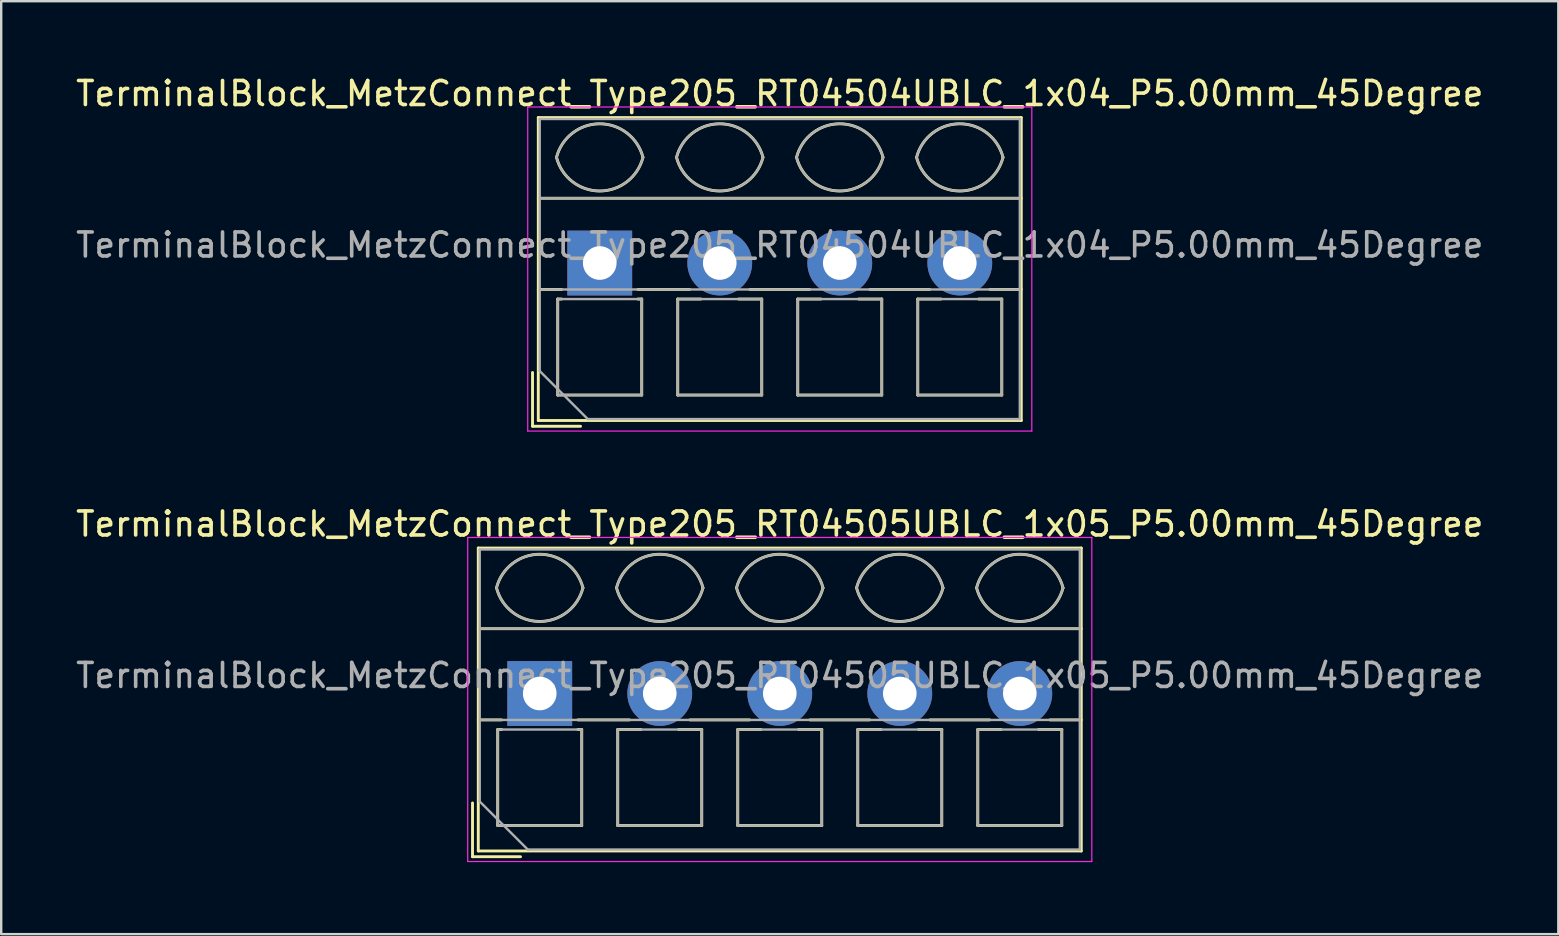
<source format=kicad_pcb>
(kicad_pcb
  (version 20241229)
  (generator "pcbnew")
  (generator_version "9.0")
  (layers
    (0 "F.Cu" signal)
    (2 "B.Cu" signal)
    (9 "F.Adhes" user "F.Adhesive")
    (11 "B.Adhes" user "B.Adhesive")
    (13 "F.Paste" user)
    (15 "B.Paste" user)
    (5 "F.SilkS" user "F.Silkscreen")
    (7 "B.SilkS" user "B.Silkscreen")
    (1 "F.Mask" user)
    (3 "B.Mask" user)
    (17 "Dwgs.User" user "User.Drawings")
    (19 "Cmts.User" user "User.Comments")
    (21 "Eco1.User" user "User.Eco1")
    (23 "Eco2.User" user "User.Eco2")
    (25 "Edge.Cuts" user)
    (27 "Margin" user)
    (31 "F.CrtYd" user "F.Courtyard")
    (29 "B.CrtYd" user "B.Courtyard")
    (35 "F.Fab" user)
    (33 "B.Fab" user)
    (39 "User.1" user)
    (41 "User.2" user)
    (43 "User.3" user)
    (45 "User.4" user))
  (footprint "TerminalBlock_MetzConnect_Type205_RT04505UBLC_1x05_P5.00mm_45Degree"
    (layer "F.Cu")
    (at 19.435 25.841)
    (property "Reference" "TerminalBlock_MetzConnect_Type205_RT04505UBLC_1x05_P5.00mm_45Degree" (at 10 -7.06 0) (layer "F.SilkS") (effects (font (size 1 1) (thickness 0.15))))
    (attr through_hole)
    (fp_line (start -2.8 4.56) (end -2.8 6.8) (stroke (width 0.12) (type solid)) (layer "F.SilkS"))
    (fp_line (start -2.8 6.8) (end -0.8 6.8) (stroke (width 0.12) (type solid)) (layer "F.SilkS"))
    (fp_line (start -2.56 -6.06) (end -2.56 6.56) (stroke (width 0.12) (type solid)) (layer "F.SilkS"))
    (fp_line (start -2.56 -6.06) (end 22.56 -6.06) (stroke (width 0.12) (type solid)) (layer "F.SilkS"))
    (fp_line (start -2.56 -2.7) (end 22.56 -2.7) (stroke (width 0.12) (type solid)) (layer "F.SilkS"))
    (fp_line (start -2.56 1.1) (end -1.59 1.1) (stroke (width 0.12) (type solid)) (layer "F.SilkS"))
    (fp_line (start -2.56 6.56) (end 22.56 6.56) (stroke (width 0.12) (type solid)) (layer "F.SilkS"))
    (fp_line (start -1.75 1.5) (end -1.75 5.5) (stroke (width 0.12) (type solid)) (layer "F.SilkS"))
    (fp_line (start -1.75 1.5) (end -1.59 1.5) (stroke (width 0.12) (type solid)) (layer "F.SilkS"))
    (fp_line (start -1.75 5.5) (end 1.75 5.5) (stroke (width 0.12) (type solid)) (layer "F.SilkS"))
    (fp_line (start 1.59 1.1) (end 3.744 1.1) (stroke (width 0.12) (type solid)) (layer "F.SilkS"))
    (fp_line (start 1.59 1.5) (end 1.75 1.5) (stroke (width 0.12) (type solid)) (layer "F.SilkS"))
    (fp_line (start 1.75 1.5) (end 1.75 5.5) (stroke (width 0.12) (type solid)) (layer "F.SilkS"))
    (fp_line (start 3.25 1.5) (end 3.25 5.5) (stroke (width 0.12) (type solid)) (layer "F.SilkS"))
    (fp_line (start 3.25 1.5) (end 4.216 1.5) (stroke (width 0.12) (type solid)) (layer "F.SilkS"))
    (fp_line (start 3.25 5.5) (end 6.75 5.5) (stroke (width 0.12) (type solid)) (layer "F.SilkS"))
    (fp_line (start 5.785 1.5) (end 6.75 1.5) (stroke (width 0.12) (type solid)) (layer "F.SilkS"))
    (fp_line (start 6.257 1.1) (end 8.744 1.1) (stroke (width 0.12) (type solid)) (layer "F.SilkS"))
    (fp_line (start 6.75 1.5) (end 6.75 5.5) (stroke (width 0.12) (type solid)) (layer "F.SilkS"))
    (fp_line (start 8.25 1.5) (end 8.25 5.5) (stroke (width 0.12) (type solid)) (layer "F.SilkS"))
    (fp_line (start 8.25 1.5) (end 9.216 1.5) (stroke (width 0.12) (type solid)) (layer "F.SilkS"))
    (fp_line (start 8.25 5.5) (end 11.75 5.5) (stroke (width 0.12) (type solid)) (layer "F.SilkS"))
    (fp_line (start 10.785 1.5) (end 11.75 1.5) (stroke (width 0.12) (type solid)) (layer "F.SilkS"))
    (fp_line (start 11.257 1.1) (end 13.744 1.1) (stroke (width 0.12) (type solid)) (layer "F.SilkS"))
    (fp_line (start 11.75 1.5) (end 11.75 5.5) (stroke (width 0.12) (type solid)) (layer "F.SilkS"))
    (fp_line (start 13.25 1.5) (end 13.25 5.5) (stroke (width 0.12) (type solid)) (layer "F.SilkS"))
    (fp_line (start 13.25 1.5) (end 14.216 1.5) (stroke (width 0.12) (type solid)) (layer "F.SilkS"))
    (fp_line (start 13.25 5.5) (end 16.75 5.5) (stroke (width 0.12) (type solid)) (layer "F.SilkS"))
    (fp_line (start 15.785 1.5) (end 16.75 1.5) (stroke (width 0.12) (type solid)) (layer "F.SilkS"))
    (fp_line (start 16.257 1.1) (end 18.744 1.1) (stroke (width 0.12) (type solid)) (layer "F.SilkS"))
    (fp_line (start 16.75 1.5) (end 16.75 5.5) (stroke (width 0.12) (type solid)) (layer "F.SilkS"))
    (fp_line (start 18.25 1.5) (end 18.25 5.5) (stroke (width 0.12) (type solid)) (layer "F.SilkS"))
    (fp_line (start 18.25 1.5) (end 19.216 1.5) (stroke (width 0.12) (type solid)) (layer "F.SilkS"))
    (fp_line (start 18.25 5.5) (end 21.75 5.5) (stroke (width 0.12) (type solid)) (layer "F.SilkS"))
    (fp_line (start 20.785 1.5) (end 21.75 1.5) (stroke (width 0.12) (type solid)) (layer "F.SilkS"))
    (fp_line (start 21.257 1.1) (end 22.56 1.1) (stroke (width 0.12) (type solid)) (layer "F.SilkS"))
    (fp_line (start 21.75 1.5) (end 21.75 5.5) (stroke (width 0.12) (type solid)) (layer "F.SilkS"))
    (fp_line (start 22.56 -6.06) (end 22.56 6.56) (stroke (width 0.12) (type solid)) (layer "F.SilkS"))
    (fp_arc (start -1.800846 -4.400605) (mid 0.000312 -5.801077) (end 1.801 -4.4) (stroke (width 0.12) (type solid)) (layer "F.SilkS"))
    (fp_arc (start 1.8 -4.4) (mid -0.000903 -3.000646) (end -1.800445 -4.401751) (stroke (width 0.12) (type solid)) (layer "F.SilkS"))
    (fp_arc (start 3.199154 -4.400605) (mid 5.000312 -5.801077) (end 6.801 -4.4) (stroke (width 0.12) (type solid)) (layer "F.SilkS"))
    (fp_arc (start 6.8 -4.4) (mid 4.999097 -3.000646) (end 3.199555 -4.401751) (stroke (width 0.12) (type solid)) (layer "F.SilkS"))
    (fp_arc (start 8.199154 -4.400605) (mid 10.000312 -5.801077) (end 11.801 -4.4) (stroke (width 0.12) (type solid)) (layer "F.SilkS"))
    (fp_arc (start 11.8 -4.4) (mid 9.999097 -3.000646) (end 8.199555 -4.401751) (stroke (width 0.12) (type solid)) (layer "F.SilkS"))
    (fp_arc (start 13.199154 -4.400605) (mid 15.000312 -5.801077) (end 16.801 -4.4) (stroke (width 0.12) (type solid)) (layer "F.SilkS"))
    (fp_arc (start 16.8 -4.4) (mid 14.999097 -3.000646) (end 13.199555 -4.401751) (stroke (width 0.12) (type solid)) (layer "F.SilkS"))
    (fp_arc (start 18.199154 -4.400605) (mid 20.000312 -5.801077) (end 21.801 -4.4) (stroke (width 0.12) (type solid)) (layer "F.SilkS"))
    (fp_arc (start 21.8 -4.4) (mid 19.999097 -3.000646) (end 18.199555 -4.401751) (stroke (width 0.12) (type solid)) (layer "F.SilkS"))
    (fp_line (start -3 -6.5) (end -3 7) (stroke (width 0.05) (type solid)) (layer "F.CrtYd"))
    (fp_line (start -3 7) (end 23 7) (stroke (width 0.05) (type solid)) (layer "F.CrtYd"))
    (fp_line (start 23 -6.5) (end -3 -6.5) (stroke (width 0.05) (type solid)) (layer "F.CrtYd"))
    (fp_line (start 23 7) (end 23 -6.5) (stroke (width 0.05) (type solid)) (layer "F.CrtYd"))
    (fp_line (start -2.5 -6) (end 22.5 -6) (stroke (width 0.1) (type solid)) (layer "F.Fab"))
    (fp_line (start -2.5 -2.7) (end 22.5 -2.7) (stroke (width 0.1) (type solid)) (layer "F.Fab"))
    (fp_line (start -2.5 1.1) (end 22.5 1.1) (stroke (width 0.1) (type solid)) (layer "F.Fab"))
    (fp_line (start -2.5 4.5) (end -2.5 -6) (stroke (width 0.1) (type solid)) (layer "F.Fab"))
    (fp_line (start -1.75 1.5) (end -1.75 5.5) (stroke (width 0.1) (type solid)) (layer "F.Fab"))
    (fp_line (start -1.75 5.5) (end 1.75 5.5) (stroke (width 0.1) (type solid)) (layer "F.Fab"))
    (fp_line (start -0.5 6.5) (end -2.5 4.5) (stroke (width 0.1) (type solid)) (layer "F.Fab"))
    (fp_line (start 1.75 1.5) (end -1.75 1.5) (stroke (width 0.1) (type solid)) (layer "F.Fab"))
    (fp_line (start 1.75 5.5) (end 1.75 1.5) (stroke (width 0.1) (type solid)) (layer "F.Fab"))
    (fp_line (start 3.25 1.5) (end 3.25 5.5) (stroke (width 0.1) (type solid)) (layer "F.Fab"))
    (fp_line (start 3.25 5.5) (end 6.75 5.5) (stroke (width 0.1) (type solid)) (layer "F.Fab"))
    (fp_line (start 6.75 1.5) (end 3.25 1.5) (stroke (width 0.1) (type solid)) (layer "F.Fab"))
    (fp_line (start 6.75 5.5) (end 6.75 1.5) (stroke (width 0.1) (type solid)) (layer "F.Fab"))
    (fp_line (start 8.25 1.5) (end 8.25 5.5) (stroke (width 0.1) (type solid)) (layer "F.Fab"))
    (fp_line (start 8.25 5.5) (end 11.75 5.5) (stroke (width 0.1) (type solid)) (layer "F.Fab"))
    (fp_line (start 11.75 1.5) (end 8.25 1.5) (stroke (width 0.1) (type solid)) (layer "F.Fab"))
    (fp_line (start 11.75 5.5) (end 11.75 1.5) (stroke (width 0.1) (type solid)) (layer "F.Fab"))
    (fp_line (start 13.25 1.5) (end 13.25 5.5) (stroke (width 0.1) (type solid)) (layer "F.Fab"))
    (fp_line (start 13.25 5.5) (end 16.75 5.5) (stroke (width 0.1) (type solid)) (layer "F.Fab"))
    (fp_line (start 16.75 1.5) (end 13.25 1.5) (stroke (width 0.1) (type solid)) (layer "F.Fab"))
    (fp_line (start 16.75 5.5) (end 16.75 1.5) (stroke (width 0.1) (type solid)) (layer "F.Fab"))
    (fp_line (start 18.25 1.5) (end 18.25 5.5) (stroke (width 0.1) (type solid)) (layer "F.Fab"))
    (fp_line (start 18.25 5.5) (end 21.75 5.5) (stroke (width 0.1) (type solid)) (layer "F.Fab"))
    (fp_line (start 21.75 1.5) (end 18.25 1.5) (stroke (width 0.1) (type solid)) (layer "F.Fab"))
    (fp_line (start 21.75 5.5) (end 21.75 1.5) (stroke (width 0.1) (type solid)) (layer "F.Fab"))
    (fp_line (start 22.5 -6) (end 22.5 6.5) (stroke (width 0.1) (type solid)) (layer "F.Fab"))
    (fp_line (start 22.5 6.5) (end -0.5 6.5) (stroke (width 0.1) (type solid)) (layer "F.Fab"))
    (fp_arc (start -1.800846 -4.400605) (mid 0.000312 -5.801077) (end 1.801 -4.4) (stroke (width 0.1) (type solid)) (layer "F.Fab"))
    (fp_arc (start 1.8 -4.4) (mid -0.000903 -3.000646) (end -1.800445 -4.401751) (stroke (width 0.1) (type solid)) (layer "F.Fab"))
    (fp_arc (start 3.199154 -4.400605) (mid 5.000312 -5.801077) (end 6.801 -4.4) (stroke (width 0.1) (type solid)) (layer "F.Fab"))
    (fp_arc (start 6.8 -4.4) (mid 4.999097 -3.000646) (end 3.199555 -4.401751) (stroke (width 0.1) (type solid)) (layer "F.Fab"))
    (fp_arc (start 8.199154 -4.400605) (mid 10.000312 -5.801077) (end 11.801 -4.4) (stroke (width 0.1) (type solid)) (layer "F.Fab"))
    (fp_arc (start 11.8 -4.4) (mid 9.999097 -3.000646) (end 8.199555 -4.401751) (stroke (width 0.1) (type solid)) (layer "F.Fab"))
    (fp_arc (start 13.199154 -4.400605) (mid 15.000312 -5.801077) (end 16.801 -4.4) (stroke (width 0.1) (type solid)) (layer "F.Fab"))
    (fp_arc (start 16.8 -4.4) (mid 14.999097 -3.000646) (end 13.199555 -4.401751) (stroke (width 0.1) (type solid)) (layer "F.Fab"))
    (fp_arc (start 18.199154 -4.400605) (mid 20.000312 -5.801077) (end 21.801 -4.4) (stroke (width 0.1) (type solid)) (layer "F.Fab"))
    (fp_arc (start 21.8 -4.4) (mid 19.999097 -3.000646) (end 18.199555 -4.401751) (stroke (width 0.1) (type solid)) (layer "F.Fab"))
    (fp_text user "${REFERENCE}" (at 10 -0.75 0) (layer "F.Fab") (effects (font (size 1 1) (thickness 0.15))))
    (pad "1" thru_hole rect (at 0 0) (size 2.7 2.7) (drill 1.4) (layers "*.Cu" "*.Mask"))
    (pad "2" thru_hole circle (at 5 0) (size 2.7 2.7) (drill 1.4) (layers "*.Cu" "*.Mask"))
    (pad "3" thru_hole circle (at 10 0) (size 2.7 2.7) (drill 1.4) (layers "*.Cu" "*.Mask"))
    (pad "4" thru_hole circle (at 15 0) (size 2.7 2.7) (drill 1.4) (layers "*.Cu" "*.Mask"))
    (pad "5" thru_hole circle (at 20 0) (size 2.7 2.7) (drill 1.4) (layers "*.Cu" "*.Mask")))
  (footprint "TerminalBlock_MetzConnect_Type205_RT04504UBLC_1x04_P5.00mm_45Degree"
    (layer "F.Cu")
    (at 21.935 7.908)
    (property "Reference" "TerminalBlock_MetzConnect_Type205_RT04504UBLC_1x04_P5.00mm_45Degree" (at 7.5 -7.06 0) (layer "F.SilkS") (effects (font (size 1 1) (thickness 0.15))))
    (attr through_hole)
    (fp_line (start -2.8 4.56) (end -2.8 6.8) (stroke (width 0.12) (type solid)) (layer "F.SilkS"))
    (fp_line (start -2.8 6.8) (end -0.8 6.8) (stroke (width 0.12) (type solid)) (layer "F.SilkS"))
    (fp_line (start -2.56 -6.06) (end -2.56 6.56) (stroke (width 0.12) (type solid)) (layer "F.SilkS"))
    (fp_line (start -2.56 -6.06) (end 17.561 -6.06) (stroke (width 0.12) (type solid)) (layer "F.SilkS"))
    (fp_line (start -2.56 -2.7) (end 17.561 -2.7) (stroke (width 0.12) (type solid)) (layer "F.SilkS"))
    (fp_line (start -2.56 1.1) (end -1.59 1.1) (stroke (width 0.12) (type solid)) (layer "F.SilkS"))
    (fp_line (start -2.56 6.56) (end 17.561 6.56) (stroke (width 0.12) (type solid)) (layer "F.SilkS"))
    (fp_line (start -1.75 1.5) (end -1.75 5.5) (stroke (width 0.12) (type solid)) (layer "F.SilkS"))
    (fp_line (start -1.75 1.5) (end -1.59 1.5) (stroke (width 0.12) (type solid)) (layer "F.SilkS"))
    (fp_line (start -1.75 5.5) (end 1.75 5.5) (stroke (width 0.12) (type solid)) (layer "F.SilkS"))
    (fp_line (start 1.59 1.1) (end 3.744 1.1) (stroke (width 0.12) (type solid)) (layer "F.SilkS"))
    (fp_line (start 1.59 1.5) (end 1.75 1.5) (stroke (width 0.12) (type solid)) (layer "F.SilkS"))
    (fp_line (start 1.75 1.5) (end 1.75 5.5) (stroke (width 0.12) (type solid)) (layer "F.SilkS"))
    (fp_line (start 3.25 1.5) (end 3.25 5.5) (stroke (width 0.12) (type solid)) (layer "F.SilkS"))
    (fp_line (start 3.25 1.5) (end 4.216 1.5) (stroke (width 0.12) (type solid)) (layer "F.SilkS"))
    (fp_line (start 3.25 5.5) (end 6.75 5.5) (stroke (width 0.12) (type solid)) (layer "F.SilkS"))
    (fp_line (start 5.785 1.5) (end 6.75 1.5) (stroke (width 0.12) (type solid)) (layer "F.SilkS"))
    (fp_line (start 6.257 1.1) (end 8.744 1.1) (stroke (width 0.12) (type solid)) (layer "F.SilkS"))
    (fp_line (start 6.75 1.5) (end 6.75 5.5) (stroke (width 0.12) (type solid)) (layer "F.SilkS"))
    (fp_line (start 8.25 1.5) (end 8.25 5.5) (stroke (width 0.12) (type solid)) (layer "F.SilkS"))
    (fp_line (start 8.25 1.5) (end 9.216 1.5) (stroke (width 0.12) (type solid)) (layer "F.SilkS"))
    (fp_line (start 8.25 5.5) (end 11.75 5.5) (stroke (width 0.12) (type solid)) (layer "F.SilkS"))
    (fp_line (start 10.785 1.5) (end 11.75 1.5) (stroke (width 0.12) (type solid)) (layer "F.SilkS"))
    (fp_line (start 11.257 1.1) (end 13.744 1.1) (stroke (width 0.12) (type solid)) (layer "F.SilkS"))
    (fp_line (start 11.75 1.5) (end 11.75 5.5) (stroke (width 0.12) (type solid)) (layer "F.SilkS"))
    (fp_line (start 13.25 1.5) (end 13.25 5.5) (stroke (width 0.12) (type solid)) (layer "F.SilkS"))
    (fp_line (start 13.25 1.5) (end 14.216 1.5) (stroke (width 0.12) (type solid)) (layer "F.SilkS"))
    (fp_line (start 13.25 5.5) (end 16.75 5.5) (stroke (width 0.12) (type solid)) (layer "F.SilkS"))
    (fp_line (start 15.785 1.5) (end 16.75 1.5) (stroke (width 0.12) (type solid)) (layer "F.SilkS"))
    (fp_line (start 16.257 1.1) (end 17.561 1.1) (stroke (width 0.12) (type solid)) (layer "F.SilkS"))
    (fp_line (start 16.75 1.5) (end 16.75 5.5) (stroke (width 0.12) (type solid)) (layer "F.SilkS"))
    (fp_line (start 17.561 -6.06) (end 17.561 6.56) (stroke (width 0.12) (type solid)) (layer "F.SilkS"))
    (fp_arc (start -1.800846 -4.400605) (mid 0.000312 -5.801077) (end 1.801 -4.4) (stroke (width 0.12) (type solid)) (layer "F.SilkS"))
    (fp_arc (start 1.8 -4.4) (mid -0.000903 -3.000646) (end -1.800445 -4.401751) (stroke (width 0.12) (type solid)) (layer "F.SilkS"))
    (fp_arc (start 3.199154 -4.400605) (mid 5.000312 -5.801077) (end 6.801 -4.4) (stroke (width 0.12) (type solid)) (layer "F.SilkS"))
    (fp_arc (start 6.8 -4.4) (mid 4.999097 -3.000646) (end 3.199555 -4.401751) (stroke (width 0.12) (type solid)) (layer "F.SilkS"))
    (fp_arc (start 8.199154 -4.400605) (mid 10.000312 -5.801077) (end 11.801 -4.4) (stroke (width 0.12) (type solid)) (layer "F.SilkS"))
    (fp_arc (start 11.8 -4.4) (mid 9.999097 -3.000646) (end 8.199555 -4.401751) (stroke (width 0.12) (type solid)) (layer "F.SilkS"))
    (fp_arc (start 13.199154 -4.400605) (mid 15.000312 -5.801077) (end 16.801 -4.4) (stroke (width 0.12) (type solid)) (layer "F.SilkS"))
    (fp_arc (start 16.8 -4.4) (mid 14.999097 -3.000646) (end 13.199555 -4.401751) (stroke (width 0.12) (type solid)) (layer "F.SilkS"))
    (fp_line (start -3 -6.5) (end -3 7) (stroke (width 0.05) (type solid)) (layer "F.CrtYd"))
    (fp_line (start -3 7) (end 18 7) (stroke (width 0.05) (type solid)) (layer "F.CrtYd"))
    (fp_line (start 18 -6.5) (end -3 -6.5) (stroke (width 0.05) (type solid)) (layer "F.CrtYd"))
    (fp_line (start 18 7) (end 18 -6.5) (stroke (width 0.05) (type solid)) (layer "F.CrtYd"))
    (fp_line (start -2.5 -6) (end 17.5 -6) (stroke (width 0.1) (type solid)) (layer "F.Fab"))
    (fp_line (start -2.5 -2.7) (end 17.5 -2.7) (stroke (width 0.1) (type solid)) (layer "F.Fab"))
    (fp_line (start -2.5 1.1) (end 17.5 1.1) (stroke (width 0.1) (type solid)) (layer "F.Fab"))
    (fp_line (start -2.5 4.5) (end -2.5 -6) (stroke (width 0.1) (type solid)) (layer "F.Fab"))
    (fp_line (start -1.75 1.5) (end -1.75 5.5) (stroke (width 0.1) (type solid)) (layer "F.Fab"))
    (fp_line (start -1.75 5.5) (end 1.75 5.5) (stroke (width 0.1) (type solid)) (layer "F.Fab"))
    (fp_line (start -0.5 6.5) (end -2.5 4.5) (stroke (width 0.1) (type solid)) (layer "F.Fab"))
    (fp_line (start 1.75 1.5) (end -1.75 1.5) (stroke (width 0.1) (type solid)) (layer "F.Fab"))
    (fp_line (start 1.75 5.5) (end 1.75 1.5) (stroke (width 0.1) (type solid)) (layer "F.Fab"))
    (fp_line (start 3.25 1.5) (end 3.25 5.5) (stroke (width 0.1) (type solid)) (layer "F.Fab"))
    (fp_line (start 3.25 5.5) (end 6.75 5.5) (stroke (width 0.1) (type solid)) (layer "F.Fab"))
    (fp_line (start 6.75 1.5) (end 3.25 1.5) (stroke (width 0.1) (type solid)) (layer "F.Fab"))
    (fp_line (start 6.75 5.5) (end 6.75 1.5) (stroke (width 0.1) (type solid)) (layer "F.Fab"))
    (fp_line (start 8.25 1.5) (end 8.25 5.5) (stroke (width 0.1) (type solid)) (layer "F.Fab"))
    (fp_line (start 8.25 5.5) (end 11.75 5.5) (stroke (width 0.1) (type solid)) (layer "F.Fab"))
    (fp_line (start 11.75 1.5) (end 8.25 1.5) (stroke (width 0.1) (type solid)) (layer "F.Fab"))
    (fp_line (start 11.75 5.5) (end 11.75 1.5) (stroke (width 0.1) (type solid)) (layer "F.Fab"))
    (fp_line (start 13.25 1.5) (end 13.25 5.5) (stroke (width 0.1) (type solid)) (layer "F.Fab"))
    (fp_line (start 13.25 5.5) (end 16.75 5.5) (stroke (width 0.1) (type solid)) (layer "F.Fab"))
    (fp_line (start 16.75 1.5) (end 13.25 1.5) (stroke (width 0.1) (type solid)) (layer "F.Fab"))
    (fp_line (start 16.75 5.5) (end 16.75 1.5) (stroke (width 0.1) (type solid)) (layer "F.Fab"))
    (fp_line (start 17.5 -6) (end 17.5 6.5) (stroke (width 0.1) (type solid)) (layer "F.Fab"))
    (fp_line (start 17.5 6.5) (end -0.5 6.5) (stroke (width 0.1) (type solid)) (layer "F.Fab"))
    (fp_arc (start -1.800846 -4.400605) (mid 0.000312 -5.801077) (end 1.801 -4.4) (stroke (width 0.1) (type solid)) (layer "F.Fab"))
    (fp_arc (start 1.8 -4.4) (mid -0.000903 -3.000646) (end -1.800445 -4.401751) (stroke (width 0.1) (type solid)) (layer "F.Fab"))
    (fp_arc (start 3.199154 -4.400605) (mid 5.000312 -5.801077) (end 6.801 -4.4) (stroke (width 0.1) (type solid)) (layer "F.Fab"))
    (fp_arc (start 6.8 -4.4) (mid 4.999097 -3.000646) (end 3.199555 -4.401751) (stroke (width 0.1) (type solid)) (layer "F.Fab"))
    (fp_arc (start 8.199154 -4.400605) (mid 10.000312 -5.801077) (end 11.801 -4.4) (stroke (width 0.1) (type solid)) (layer "F.Fab"))
    (fp_arc (start 11.8 -4.4) (mid 9.999097 -3.000646) (end 8.199555 -4.401751) (stroke (width 0.1) (type solid)) (layer "F.Fab"))
    (fp_arc (start 13.199154 -4.400605) (mid 15.000312 -5.801077) (end 16.801 -4.4) (stroke (width 0.1) (type solid)) (layer "F.Fab"))
    (fp_arc (start 16.8 -4.4) (mid 14.999097 -3.000646) (end 13.199555 -4.401751) (stroke (width 0.1) (type solid)) (layer "F.Fab"))
    (fp_text user "${REFERENCE}" (at 7.5 -0.75 0) (layer "F.Fab") (effects (font (size 1 1) (thickness 0.15))))
    (pad "1" thru_hole rect (at 0 0) (size 2.7 2.7) (drill 1.4) (layers "*.Cu" "*.Mask"))
    (pad "2" thru_hole circle (at 5 0) (size 2.7 2.7) (drill 1.4) (layers "*.Cu" "*.Mask"))
    (pad "3" thru_hole circle (at 10 0) (size 2.7 2.7) (drill 1.4) (layers "*.Cu" "*.Mask"))
    (pad "4" thru_hole circle (at 15 0) (size 2.7 2.7) (drill 1.4) (layers "*.Cu" "*.Mask")))
  (gr_rect
    (start -3 -3)
    (end 61.869 35.867)
    (stroke (width 0.1) (type default))
    (fill no)
    (layer "Edge.Cuts")))
</source>
